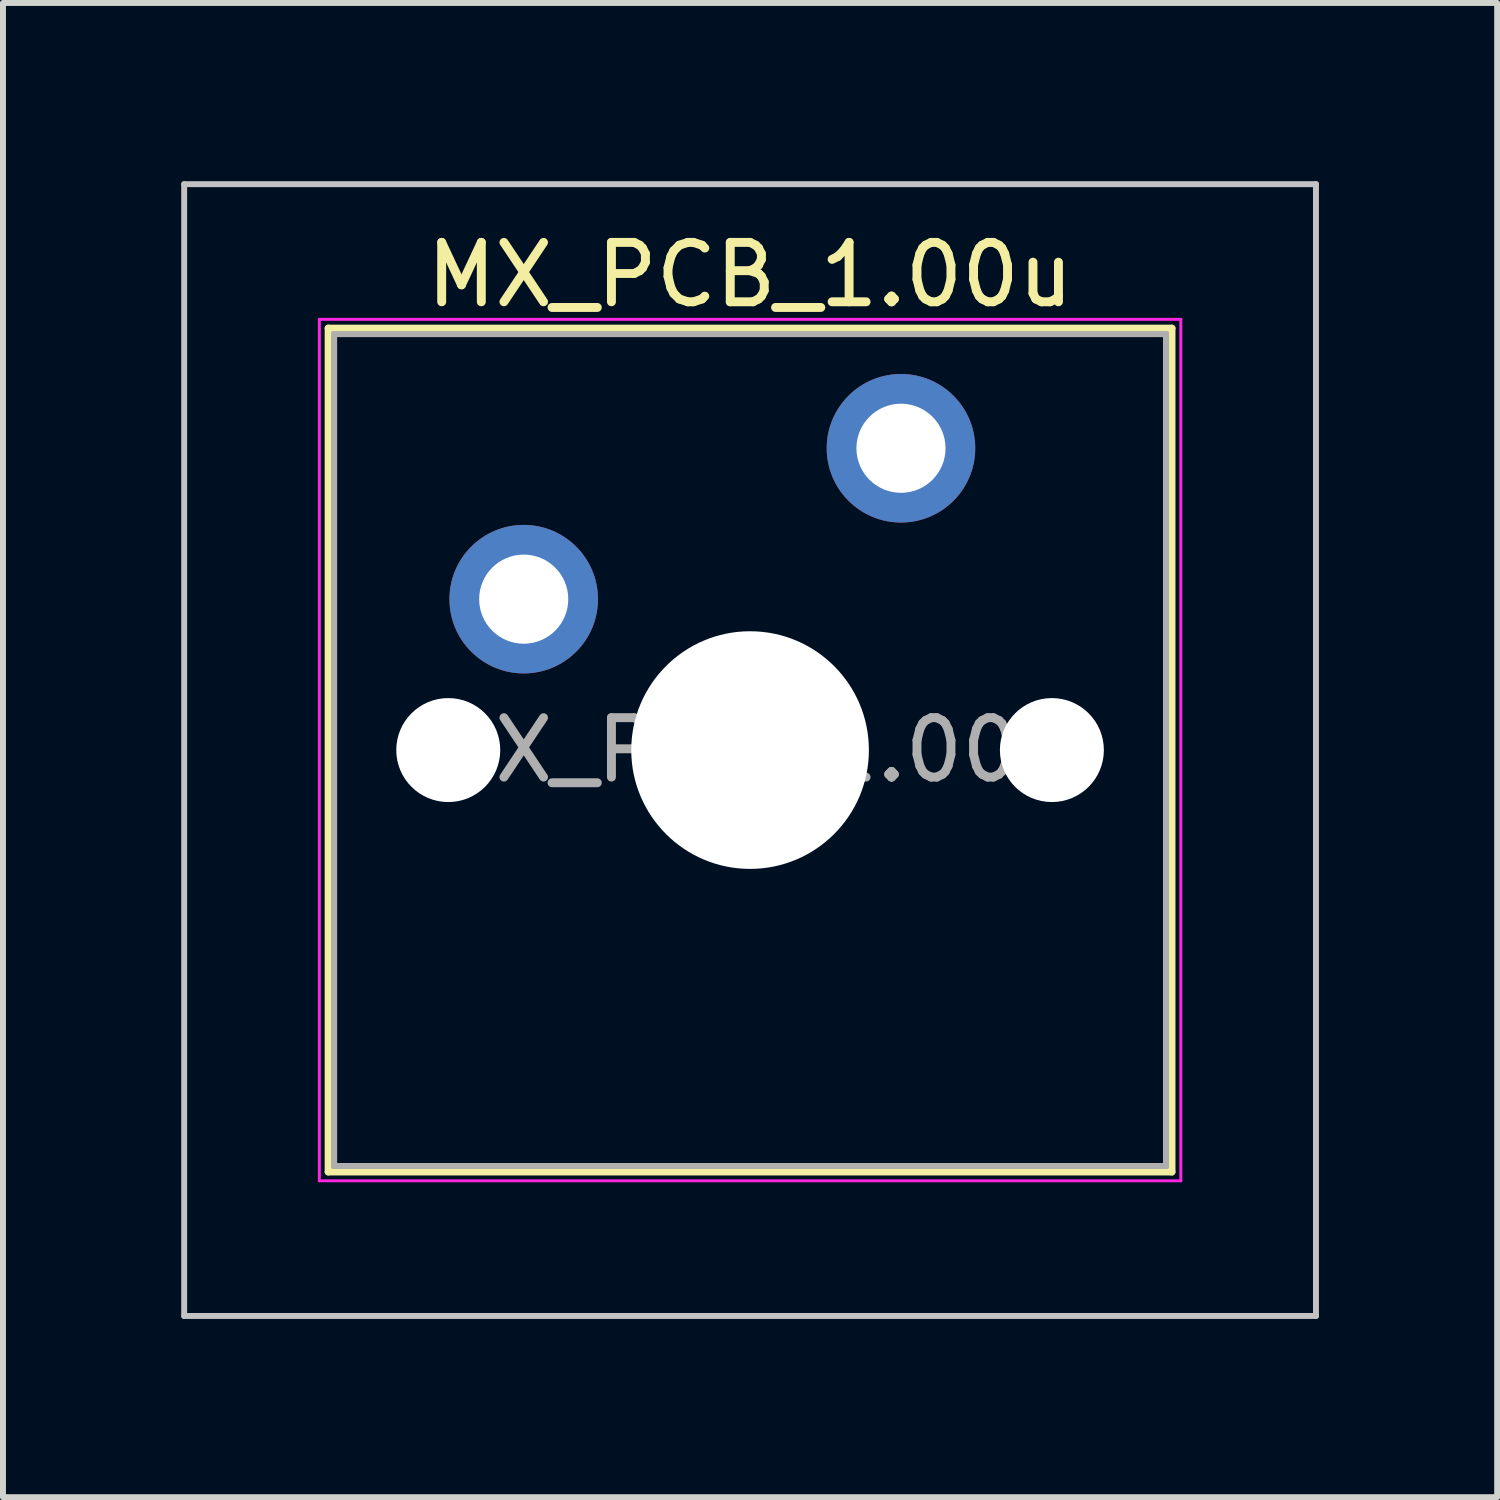
<source format=kicad_pcb>
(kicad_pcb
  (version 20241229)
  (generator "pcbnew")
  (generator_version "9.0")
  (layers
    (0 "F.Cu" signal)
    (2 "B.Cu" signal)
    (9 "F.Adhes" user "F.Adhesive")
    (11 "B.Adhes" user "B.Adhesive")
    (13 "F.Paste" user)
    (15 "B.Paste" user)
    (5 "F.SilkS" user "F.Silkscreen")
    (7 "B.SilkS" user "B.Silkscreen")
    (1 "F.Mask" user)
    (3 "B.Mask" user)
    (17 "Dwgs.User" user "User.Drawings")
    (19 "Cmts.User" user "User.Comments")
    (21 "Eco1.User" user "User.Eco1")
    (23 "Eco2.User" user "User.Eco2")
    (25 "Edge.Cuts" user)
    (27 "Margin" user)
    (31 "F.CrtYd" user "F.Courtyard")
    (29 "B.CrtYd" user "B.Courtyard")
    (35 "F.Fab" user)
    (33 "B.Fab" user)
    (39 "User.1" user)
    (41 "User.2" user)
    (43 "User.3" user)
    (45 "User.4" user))
  (footprint "MX_PCB_1.00u"
    (layer "F.Cu")
    (at 9.575 9.575)
    (property "Reference" "MX_PCB_1.00u" (at 0 -8 0) (layer "F.SilkS") (effects (font (size 1 1) (thickness 0.15))))
    (attr through_hole)
    (fp_line (start -7.1 -7.1) (end -7.1 7.1) (stroke (width 0.12) (type solid)) (layer "F.SilkS"))
    (fp_line (start -7.1 7.1) (end 7.1 7.1) (stroke (width 0.12) (type solid)) (layer "F.SilkS"))
    (fp_line (start 7.1 -7.1) (end -7.1 -7.1) (stroke (width 0.12) (type solid)) (layer "F.SilkS"))
    (fp_line (start 7.1 7.1) (end 7.1 -7.1) (stroke (width 0.12) (type solid)) (layer "F.SilkS"))
    (fp_line (start -9.525 -9.525) (end -9.525 9.525) (stroke (width 0.1) (type solid)) (layer "Dwgs.User"))
    (fp_line (start -9.525 9.525) (end 9.525 9.525) (stroke (width 0.1) (type solid)) (layer "Dwgs.User"))
    (fp_line (start 9.525 -9.525) (end -9.525 -9.525) (stroke (width 0.1) (type solid)) (layer "Dwgs.User"))
    (fp_line (start 9.525 9.525) (end 9.525 -9.525) (stroke (width 0.1) (type solid)) (layer "Dwgs.User"))
    (fp_line (start -7 -7) (end -7 7) (stroke (width 0.1) (type solid)) (layer "Eco1.User"))
    (fp_line (start -7 7) (end 7 7) (stroke (width 0.1) (type solid)) (layer "Eco1.User"))
    (fp_line (start 7 -7) (end -7 -7) (stroke (width 0.1) (type solid)) (layer "Eco1.User"))
    (fp_line (start 7 7) (end 7 -7) (stroke (width 0.1) (type solid)) (layer "Eco1.User"))
    (fp_line (start -7.25 -7.25) (end -7.25 7.25) (stroke (width 0.05) (type solid)) (layer "F.CrtYd"))
    (fp_line (start -7.25 7.25) (end 7.25 7.25) (stroke (width 0.05) (type solid)) (layer "F.CrtYd"))
    (fp_line (start 7.25 -7.25) (end -7.25 -7.25) (stroke (width 0.05) (type solid)) (layer "F.CrtYd"))
    (fp_line (start 7.25 7.25) (end 7.25 -7.25) (stroke (width 0.05) (type solid)) (layer "F.CrtYd"))
    (fp_line (start -7 -7) (end -7 7) (stroke (width 0.1) (type solid)) (layer "F.Fab"))
    (fp_line (start -7 7) (end 7 7) (stroke (width 0.1) (type solid)) (layer "F.Fab"))
    (fp_line (start 7 -7) (end -7 -7) (stroke (width 0.1) (type solid)) (layer "F.Fab"))
    (fp_line (start 7 7) (end 7 -7) (stroke (width 0.1) (type solid)) (layer "F.Fab"))
    (fp_text user "${REFERENCE}" (at 0 0 0) (layer "F.Fab") (effects (font (size 1 1) (thickness 0.15))))
    (pad "" np_thru_hole circle (at -5.08 0) (size 1.75 1.75) (drill 1.75) (layers "*.Cu" "*.Mask"))
    (pad "" np_thru_hole circle (at 0 0) (size 4 4) (drill 4) (layers "*.Cu" "*.Mask"))
    (pad "" np_thru_hole circle (at 5.08 0) (size 1.75 1.75) (drill 1.75) (layers "*.Cu" "*.Mask"))
    (pad "1" thru_hole circle (at -3.81 -2.54) (size 2.5 2.5) (drill 1.5) (layers "*.Cu" "*.Mask"))
    (pad "2" thru_hole circle (at 2.54 -5.08) (size 2.5 2.5) (drill 1.5) (layers "*.Cu" "*.Mask")))
  (gr_rect
    (start -3 -3)
    (end 22.15 22.15)
    (stroke (width 0.1) (type default))
    (fill no)
    (layer "Edge.Cuts")))
</source>
